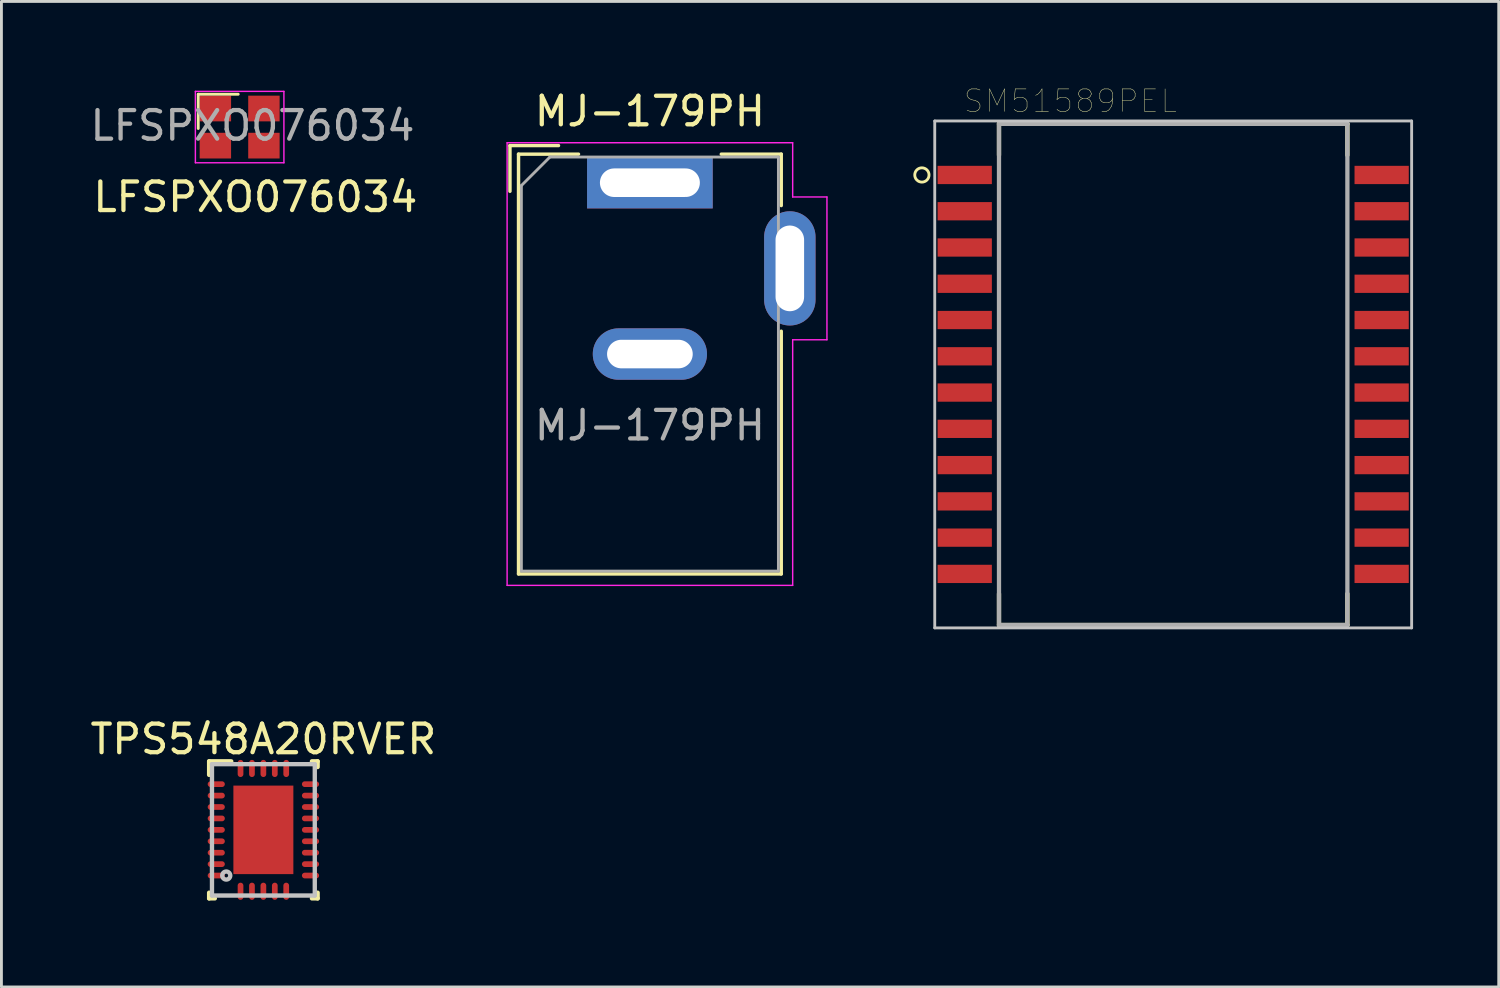
<source format=kicad_pcb>
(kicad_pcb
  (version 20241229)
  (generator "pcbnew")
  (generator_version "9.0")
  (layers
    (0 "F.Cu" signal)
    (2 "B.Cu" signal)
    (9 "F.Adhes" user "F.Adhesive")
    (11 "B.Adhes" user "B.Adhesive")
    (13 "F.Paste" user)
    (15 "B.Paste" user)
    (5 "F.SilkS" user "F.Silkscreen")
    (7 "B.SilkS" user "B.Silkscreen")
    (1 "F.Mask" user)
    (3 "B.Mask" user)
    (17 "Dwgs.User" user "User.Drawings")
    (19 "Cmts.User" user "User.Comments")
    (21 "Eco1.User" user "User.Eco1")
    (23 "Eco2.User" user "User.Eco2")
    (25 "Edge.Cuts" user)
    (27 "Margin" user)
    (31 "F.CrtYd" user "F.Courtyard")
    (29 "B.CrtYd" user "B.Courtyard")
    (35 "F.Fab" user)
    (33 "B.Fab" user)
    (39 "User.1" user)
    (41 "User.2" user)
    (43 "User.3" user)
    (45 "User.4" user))
  (footprint "LFSPXO076034"
    (layer "F.Cu")
    (at 3.892 0.25)
    (property "Reference" "LFSPXO076034" (at 2 3.6 0) (unlocked yes) (layer "F.SilkS") (effects (font (size 1 1) (thickness 0.15))))
    (attr smd)
    (fp_line (start 0 0) (end 1.4 0) (stroke (width 0.1) (type solid)) (layer "F.SilkS"))
    (fp_line (start 0 1.2) (end 0 0) (stroke (width 0.1) (type solid)) (layer "F.SilkS"))
    (fp_line (start -0.1 -0.1) (end -0.1 2.4) (stroke (width 0.05) (type solid)) (layer "F.CrtYd"))
    (fp_line (start -0.1 2.4) (end 3 2.4) (stroke (width 0.05) (type solid)) (layer "F.CrtYd"))
    (fp_line (start 3 -0.1) (end -0.1 -0.1) (stroke (width 0.05) (type solid)) (layer "F.CrtYd"))
    (fp_line (start 3 2.4) (end 3 -0.1) (stroke (width 0.05) (type solid)) (layer "F.CrtYd"))
    (fp_text user "${REFERENCE}" (at 1.9 1.1 0) (unlocked yes) (layer "F.Fab") (effects (font (size 1 1) (thickness 0.15))))
    (pad "1" smd rect (at 0.6 0.5) (size 1.1 0.9) (layers "F.Cu" "F.Mask" "F.Paste"))
    (pad "2" smd rect (at 2.3 0.5) (size 1.1 0.9) (layers "F.Cu" "F.Mask" "F.Paste"))
    (pad "3" smd rect (at 2.3 1.8) (size 1.1 0.9) (layers "F.Cu" "F.Mask" "F.Paste"))
    (pad "4" smd rect (at 0.6 1.8) (size 1.1 0.9) (layers "F.Cu" "F.Mask" "F.Paste")))
  (footprint "MJ-179PH"
    (layer "F.Cu")
    (at 19.708 3.348)
    (property "Reference" "MJ-179PH" (at 0 -2.5 0) (layer "F.SilkS") (effects (font (size 1 1) (thickness 0.15))))
    (attr through_hole)
    (fp_line (start -4.9 -1.3) (end -4.9 0.3) (stroke (width 0.12) (type solid)) (layer "F.SilkS"))
    (fp_line (start -4.6 -1) (end -2.5 -1) (stroke (width 0.12) (type solid)) (layer "F.SilkS"))
    (fp_line (start -4.6 13.7) (end -4.6 -1) (stroke (width 0.12) (type solid)) (layer "F.SilkS"))
    (fp_line (start -3.2 -1.3) (end -4.9 -1.3) (stroke (width 0.12) (type solid)) (layer "F.SilkS"))
    (fp_line (start 2.5 -1) (end 4.6 -1) (stroke (width 0.12) (type solid)) (layer "F.SilkS"))
    (fp_line (start 4.6 -1) (end 4.6 0.8) (stroke (width 0.12) (type solid)) (layer "F.SilkS"))
    (fp_line (start 4.6 5.2) (end 4.6 13.7) (stroke (width 0.12) (type solid)) (layer "F.SilkS"))
    (fp_line (start 4.6 13.7) (end -4.6 13.7) (stroke (width 0.12) (type solid)) (layer "F.SilkS"))
    (fp_line (start -5 -1.4) (end -5 14.1) (stroke (width 0.05) (type solid)) (layer "F.CrtYd"))
    (fp_line (start -5 14.1) (end 5 14.1) (stroke (width 0.05) (type solid)) (layer "F.CrtYd"))
    (fp_line (start 5 -1.4) (end -5 -1.4) (stroke (width 0.05) (type solid)) (layer "F.CrtYd"))
    (fp_line (start 5 0.5) (end 5 -1.4) (stroke (width 0.05) (type solid)) (layer "F.CrtYd"))
    (fp_line (start 5 14.1) (end 5 5.5) (stroke (width 0.05) (type solid)) (layer "F.CrtYd"))
    (fp_line (start 6.2 0.5) (end 5 0.5) (stroke (width 0.05) (type solid)) (layer "F.CrtYd"))
    (fp_line (start 6.2 0.5) (end 6.2 5.5) (stroke (width 0.05) (type solid)) (layer "F.CrtYd"))
    (fp_line (start 6.2 5.5) (end 5 5.5) (stroke (width 0.05) (type solid)) (layer "F.CrtYd"))
    (fp_line (start -4.5 0.1) (end -3.5 -0.9) (stroke (width 0.1) (type solid)) (layer "F.Fab"))
    (fp_line (start -4.5 13.6) (end -4.5 0.1) (stroke (width 0.1) (type solid)) (layer "F.Fab"))
    (fp_line (start 4.5 -0.9) (end -3.5 -0.9) (stroke (width 0.1) (type solid)) (layer "F.Fab"))
    (fp_line (start 4.5 -0.9) (end 4.5 13.6) (stroke (width 0.1) (type solid)) (layer "F.Fab"))
    (fp_line (start 4.5 13.6) (end -4.5 13.6) (stroke (width 0.1) (type solid)) (layer "F.Fab"))
    (fp_text user "${REFERENCE}" (at 0 8.5 0) (layer "F.Fab") (effects (font (size 1 1) (thickness 0.15))))
    (pad "1" thru_hole rect (at 0 0) (size 4.4 1.8) (drill oval 3.5 1) (layers "*.Cu" "*.Mask"))
    (pad "2" thru_hole oval (at 0 6) (size 4 1.8) (drill oval 3 1) (layers "*.Cu" "*.Mask"))
    (pad "3" thru_hole oval (at 4.9 3 90) (size 4 1.8) (drill oval 3 1) (layers "*.Cu" "*.Mask")))
  (footprint "SM51589PEL"
    (layer "F.Cu")
    (at 38.033 10.062)
    (property "Reference" "SM51589PEL" (at -3.6 -9.575 0) (layer "F.SilkS") (effects (font (size 0.787 0.787) (thickness 0.015))))
    (attr smd)
    (fp_line (start -6.1 -8.775) (end 6.1 -8.775) (stroke (width 0.15) (type solid)) (layer "F.SilkS"))
    (fp_line (start -6.1 -7.68) (end -6.1 -8.775) (stroke (width 0.15) (type solid)) (layer "F.SilkS"))
    (fp_line (start -6.1 8.775) (end -6.1 7.68) (stroke (width 0.15) (type solid)) (layer "F.SilkS"))
    (fp_line (start -6.1 8.775) (end 6.1 8.775) (stroke (width 0.15) (type solid)) (layer "F.SilkS"))
    (fp_line (start 6.1 -7.68) (end 6.1 -8.775) (stroke (width 0.15) (type solid)) (layer "F.SilkS"))
    (fp_line (start 6.1 8.775) (end 6.1 7.68) (stroke (width 0.15) (type solid)) (layer "F.SilkS"))
    (fp_circle (center -8.8 -6.985) (end -8.55 -6.985) (stroke (width 0.1) (type solid)) (fill no) (layer "F.SilkS"))
    (fp_line (start -8.35 -8.875) (end 8.35 -8.875) (stroke (width 0.1) (type solid)) (layer "Dwgs.User"))
    (fp_line (start -8.35 8.875) (end -8.35 -8.875) (stroke (width 0.1) (type solid)) (layer "Dwgs.User"))
    (fp_line (start 8.35 -8.875) (end 8.35 8.875) (stroke (width 0.1) (type solid)) (layer "Dwgs.User"))
    (fp_line (start 8.35 8.875) (end -8.35 8.875) (stroke (width 0.1) (type solid)) (layer "Dwgs.User"))
    (fp_line (start -6.1 -8.775) (end 6.1 -8.775) (stroke (width 0.15) (type solid)) (layer "F.Fab"))
    (fp_line (start -6.1 8.775) (end -6.1 -8.775) (stroke (width 0.15) (type solid)) (layer "F.Fab"))
    (fp_line (start 6.1 -8.775) (end 6.1 8.775) (stroke (width 0.15) (type solid)) (layer "F.Fab"))
    (fp_line (start 6.1 8.775) (end -6.1 8.775) (stroke (width 0.15) (type solid)) (layer "F.Fab"))
    (pad "1" smd rect (at -7.3 -6.985) (size 1.9 0.64) (layers "F.Cu" "F.Mask" "F.Paste"))
    (pad "2" smd rect (at -7.3 -5.715) (size 1.9 0.64) (layers "F.Cu" "F.Mask" "F.Paste"))
    (pad "3" smd rect (at -7.3 -4.445) (size 1.9 0.64) (layers "F.Cu" "F.Mask" "F.Paste"))
    (pad "4" smd rect (at -7.3 -3.175) (size 1.9 0.64) (layers "F.Cu" "F.Mask" "F.Paste"))
    (pad "5" smd rect (at -7.3 -1.905) (size 1.9 0.64) (layers "F.Cu" "F.Mask" "F.Paste"))
    (pad "6" smd rect (at -7.3 -0.635) (size 1.9 0.64) (layers "F.Cu" "F.Mask" "F.Paste"))
    (pad "7" smd rect (at -7.3 0.635) (size 1.9 0.64) (layers "F.Cu" "F.Mask" "F.Paste"))
    (pad "8" smd rect (at -7.3 1.905) (size 1.9 0.64) (layers "F.Cu" "F.Mask" "F.Paste"))
    (pad "9" smd rect (at -7.3 3.175) (size 1.9 0.64) (layers "F.Cu" "F.Mask" "F.Paste"))
    (pad "10" smd rect (at -7.3 4.445) (size 1.9 0.64) (layers "F.Cu" "F.Mask" "F.Paste"))
    (pad "11" smd rect (at -7.3 5.715) (size 1.9 0.64) (layers "F.Cu" "F.Mask" "F.Paste"))
    (pad "12" smd rect (at -7.3 6.985) (size 1.9 0.64) (layers "F.Cu" "F.Mask" "F.Paste"))
    (pad "13" smd rect (at 7.3 6.985) (size 1.9 0.64) (layers "F.Cu" "F.Mask" "F.Paste"))
    (pad "14" smd rect (at 7.3 5.715) (size 1.9 0.64) (layers "F.Cu" "F.Mask" "F.Paste"))
    (pad "15" smd rect (at 7.3 4.445) (size 1.9 0.64) (layers "F.Cu" "F.Mask" "F.Paste"))
    (pad "16" smd rect (at 7.3 3.175) (size 1.9 0.64) (layers "F.Cu" "F.Mask" "F.Paste"))
    (pad "17" smd rect (at 7.3 1.905) (size 1.9 0.64) (layers "F.Cu" "F.Mask" "F.Paste"))
    (pad "18" smd rect (at 7.3 0.635) (size 1.9 0.64) (layers "F.Cu" "F.Mask" "F.Paste"))
    (pad "19" smd rect (at 7.3 -0.635) (size 1.9 0.64) (layers "F.Cu" "F.Mask" "F.Paste"))
    (pad "20" smd rect (at 7.3 -1.905) (size 1.9 0.64) (layers "F.Cu" "F.Mask" "F.Paste"))
    (pad "21" smd rect (at 7.3 -3.175) (size 1.9 0.64) (layers "F.Cu" "F.Mask" "F.Paste"))
    (pad "22" smd rect (at 7.3 -4.445) (size 1.9 0.64) (layers "F.Cu" "F.Mask" "F.Paste"))
    (pad "23" smd rect (at 7.3 -5.715) (size 1.9 0.64) (layers "F.Cu" "F.Mask" "F.Paste"))
    (pad "24" smd rect (at 7.3 -6.985) (size 1.9 0.64) (layers "F.Cu" "F.Mask" "F.Paste")))
  (footprint "TPS548A20RVER"
    (layer "F.Cu")
    (at 6.173 26.01)
    (property "Reference" "TPS548A20RVER" (at 0 -3.175 0) (layer "F.SilkS") (effects (font (size 1 1) (thickness 0.15))))
    (attr through_hole)
    (fp_line (start -1.9 -2.4) (end -1.125 -2.4) (stroke (width 0.152) (type solid)) (layer "F.SilkS"))
    (fp_line (start -1.9 -1.925) (end -1.9 -2.4) (stroke (width 0.152) (type solid)) (layer "F.SilkS"))
    (fp_line (start -1.9 2.4) (end -1.9 2.2) (stroke (width 0.152) (type solid)) (layer "F.SilkS"))
    (fp_line (start -1.9 2.4) (end -1.7 2.4) (stroke (width 0.152) (type solid)) (layer "F.SilkS"))
    (fp_line (start 1.7 -2.4) (end 1.9 -2.4) (stroke (width 0.152) (type solid)) (layer "F.SilkS"))
    (fp_line (start 1.7 2.4) (end 1.9 2.4) (stroke (width 0.152) (type solid)) (layer "F.SilkS"))
    (fp_line (start 1.9 -2.2) (end 1.9 -2.4) (stroke (width 0.152) (type solid)) (layer "F.SilkS"))
    (fp_line (start 1.9 2.4) (end 1.9 2.2) (stroke (width 0.152) (type solid)) (layer "F.SilkS"))
    (fp_line (start -1.8 -2.3) (end 1.8 -2.3) (stroke (width 0.152) (type solid)) (layer "Dwgs.User"))
    (fp_line (start -1.8 2.3) (end -1.8 -2.3) (stroke (width 0.152) (type solid)) (layer "Dwgs.User"))
    (fp_line (start -1.8 2.3) (end 1.8 2.3) (stroke (width 0.152) (type solid)) (layer "Dwgs.User"))
    (fp_line (start 1.8 2.3) (end 1.8 -2.3) (stroke (width 0.152) (type solid)) (layer "Dwgs.User"))
    (fp_circle (center -1.3 1.6) (end -1.159 1.6) (stroke (width 0.152) (type solid)) (fill no) (layer "Dwgs.User"))
    (pad "" smd oval (at -1.65 -1.6 90) (size 0.2 0.6) (layers "F.Paste"))
    (pad "" smd oval (at -1.65 -1.6 90) (size 0.302 0.702) (layers "F.Mask"))
    (pad "" smd oval (at -1.65 -1.2 90) (size 0.2 0.6) (layers "F.Paste"))
    (pad "" smd oval (at -1.65 -1.2 90) (size 0.302 0.702) (layers "F.Mask"))
    (pad "" smd oval (at -1.65 -0.8 90) (size 0.2 0.6) (layers "F.Paste"))
    (pad "" smd oval (at -1.65 -0.8 90) (size 0.302 0.702) (layers "F.Mask"))
    (pad "" smd oval (at -1.65 -0.4 90) (size 0.2 0.6) (layers "F.Paste"))
    (pad "" smd oval (at -1.65 -0.4 90) (size 0.302 0.702) (layers "F.Mask"))
    (pad "" smd oval (at -1.65 0 90) (size 0.2 0.6) (layers "F.Paste"))
    (pad "" smd oval (at -1.65 0 90) (size 0.302 0.702) (layers "F.Mask"))
    (pad "" smd oval (at -1.65 0.4 90) (size 0.2 0.6) (layers "F.Paste"))
    (pad "" smd oval (at -1.65 0.4 90) (size 0.302 0.702) (layers "F.Mask"))
    (pad "" smd oval (at -1.65 0.8 90) (size 0.2 0.6) (layers "F.Paste"))
    (pad "" smd oval (at -1.65 0.8 90) (size 0.302 0.702) (layers "F.Mask"))
    (pad "" smd oval (at -1.65 1.2 90) (size 0.2 0.6) (layers "F.Paste"))
    (pad "" smd oval (at -1.65 1.2 90) (size 0.302 0.702) (layers "F.Mask"))
    (pad "" smd oval (at -1.65 1.6 90) (size 0.2 0.6) (layers "F.Paste"))
    (pad "" smd oval (at -1.65 1.6 90) (size 0.302 0.702) (layers "F.Mask"))
    (pad "" smd oval (at -0.8 -2.15) (size 0.2 0.6) (layers "F.Paste"))
    (pad "" smd oval (at -0.8 -2.15) (size 0.302 0.702) (layers "F.Mask"))
    (pad "" smd oval (at -0.8 2.15) (size 0.2 0.6) (layers "F.Paste"))
    (pad "" smd oval (at -0.8 2.15) (size 0.302 0.702) (layers "F.Mask"))
    (pad "" smd oval (at -0.4 -2.15) (size 0.2 0.6) (layers "F.Paste"))
    (pad "" smd oval (at -0.4 -2.15) (size 0.302 0.702) (layers "F.Mask"))
    (pad "" smd oval (at -0.4 2.15) (size 0.2 0.6) (layers "F.Paste"))
    (pad "" smd oval (at -0.4 2.15) (size 0.302 0.702) (layers "F.Mask"))
    (pad "" smd oval (at 0 -2.15) (size 0.2 0.6) (layers "F.Paste"))
    (pad "" smd oval (at 0 -2.15) (size 0.302 0.702) (layers "F.Mask"))
    (pad "" smd rect (at 0 0) (size 0.025 0.025) (layers "F.Paste"))
    (pad "" smd rect (at 0 0) (size 2.202 3.202) (layers "F.Mask"))
    (pad "" smd oval (at 0 2.15) (size 0.2 0.6) (layers "F.Paste"))
    (pad "" smd oval (at 0 2.15) (size 0.302 0.702) (layers "F.Mask"))
    (pad "" smd oval (at 0.4 -2.15) (size 0.2 0.6) (layers "F.Paste"))
    (pad "" smd oval (at 0.4 -2.15) (size 0.302 0.702) (layers "F.Mask"))
    (pad "" smd oval (at 0.4 2.15) (size 0.2 0.6) (layers "F.Paste"))
    (pad "" smd oval (at 0.4 2.15) (size 0.302 0.702) (layers "F.Mask"))
    (pad "" smd oval (at 0.8 -2.15) (size 0.2 0.6) (layers "F.Paste"))
    (pad "" smd oval (at 0.8 -2.15) (size 0.302 0.702) (layers "F.Mask"))
    (pad "" smd oval (at 0.8 2.15) (size 0.2 0.6) (layers "F.Paste"))
    (pad "" smd oval (at 0.8 2.15) (size 0.302 0.702) (layers "F.Mask"))
    (pad "" smd oval (at 1.65 -1.6 90) (size 0.2 0.6) (layers "F.Paste"))
    (pad "" smd oval (at 1.65 -1.6 90) (size 0.302 0.702) (layers "F.Mask"))
    (pad "" smd oval (at 1.65 -1.2 90) (size 0.2 0.6) (layers "F.Paste"))
    (pad "" smd oval (at 1.65 -1.2 90) (size 0.302 0.702) (layers "F.Mask"))
    (pad "" smd oval (at 1.65 -0.8 90) (size 0.2 0.6) (layers "F.Paste"))
    (pad "" smd oval (at 1.65 -0.8 90) (size 0.302 0.702) (layers "F.Mask"))
    (pad "" smd oval (at 1.65 -0.4 90) (size 0.2 0.6) (layers "F.Paste"))
    (pad "" smd oval (at 1.65 -0.4 90) (size 0.302 0.702) (layers "F.Mask"))
    (pad "" smd oval (at 1.65 0.000003 90) (size 0.2 0.6) (layers "F.Paste"))
    (pad "" smd oval (at 1.65 0.000003 90) (size 0.302 0.702) (layers "F.Mask"))
    (pad "" smd oval (at 1.65 0.4 90) (size 0.2 0.6) (layers "F.Paste"))
    (pad "" smd oval (at 1.65 0.4 90) (size 0.302 0.702) (layers "F.Mask"))
    (pad "" smd oval (at 1.65 0.8 90) (size 0.2 0.6) (layers "F.Paste"))
    (pad "" smd oval (at 1.65 0.8 90) (size 0.302 0.702) (layers "F.Mask"))
    (pad "" smd oval (at 1.65 1.2 90) (size 0.2 0.6) (layers "F.Paste"))
    (pad "" smd oval (at 1.65 1.2 90) (size 0.302 0.702) (layers "F.Mask"))
    (pad "" smd oval (at 1.65 1.6 90) (size 0.2 0.6) (layers "F.Paste"))
    (pad "" smd oval (at 1.65 1.6 90) (size 0.302 0.702) (layers "F.Mask"))
    (pad "1" smd oval (at -1.65 -1.6 90) (size 0.2 0.6) (layers "F.Cu"))
    (pad "2" smd oval (at -1.65 -1.2 90) (size 0.2 0.6) (layers "F.Cu"))
    (pad "3" smd oval (at -1.65 -0.8 90) (size 0.2 0.6) (layers "F.Cu"))
    (pad "4" smd oval (at -1.65 -0.4 90) (size 0.2 0.6) (layers "F.Cu"))
    (pad "5" smd oval (at -1.65 0 90) (size 0.2 0.6) (layers "F.Cu"))
    (pad "6" smd oval (at -1.65 0.4 90) (size 0.2 0.6) (layers "F.Cu"))
    (pad "7" smd oval (at -1.65 0.8 90) (size 0.2 0.6) (layers "F.Cu"))
    (pad "8" smd oval (at -1.65 1.2 90) (size 0.2 0.6) (layers "F.Cu"))
    (pad "9" smd oval (at -1.65 1.6 90) (size 0.2 0.6) (layers "F.Cu"))
    (pad "10" smd oval (at -0.8 2.15) (size 0.2 0.6) (layers "F.Cu"))
    (pad "11" smd oval (at -0.4 2.15) (size 0.2 0.6) (layers "F.Cu"))
    (pad "12" smd oval (at 0 2.15) (size 0.2 0.6) (layers "F.Cu"))
    (pad "13" smd oval (at 0.4 2.15) (size 0.2 0.6) (layers "F.Cu"))
    (pad "14" smd oval (at 0.8 2.15) (size 0.2 0.6) (layers "F.Cu"))
    (pad "15" smd oval (at 1.65 1.6 90) (size 0.2 0.6) (layers "F.Cu"))
    (pad "16" smd oval (at 1.65 1.2 90) (size 0.2 0.6) (layers "F.Cu"))
    (pad "17" smd oval (at 1.65 0.8 90) (size 0.2 0.6) (layers "F.Cu"))
    (pad "18" smd oval (at 1.65 0.4 90) (size 0.2 0.6) (layers "F.Cu"))
    (pad "19" smd oval (at 1.65 0.000003 90) (size 0.2 0.6) (layers "F.Cu"))
    (pad "20" smd oval (at 1.65 -0.4 90) (size 0.2 0.6) (layers "F.Cu"))
    (pad "21" smd oval (at 1.65 -0.8 90) (size 0.2 0.6) (layers "F.Cu"))
    (pad "22" smd oval (at 1.65 -1.2 90) (size 0.2 0.6) (layers "F.Cu"))
    (pad "23" smd oval (at 1.65 -1.6 90) (size 0.2 0.6) (layers "F.Cu"))
    (pad "24" smd oval (at 0.8 -2.15) (size 0.2 0.6) (layers "F.Cu"))
    (pad "25" smd oval (at 0.4 -2.15) (size 0.2 0.6) (layers "F.Cu"))
    (pad "26" smd oval (at 0 -2.15) (size 0.2 0.6) (layers "F.Cu"))
    (pad "27" smd oval (at -0.4 -2.15) (size 0.2 0.6) (layers "F.Cu"))
    (pad "28" smd oval (at -0.8 -2.15) (size 0.2 0.6) (layers "F.Cu"))
    (pad "29" smd rect (at 0 0) (size 2.1 3.1) (layers "F.Cu")))
  (gr_rect
    (start -3 -3)
    (end 49.433 31.511)
    (stroke (width 0.1) (type default))
    (fill no)
    (layer "Edge.Cuts")))
</source>
